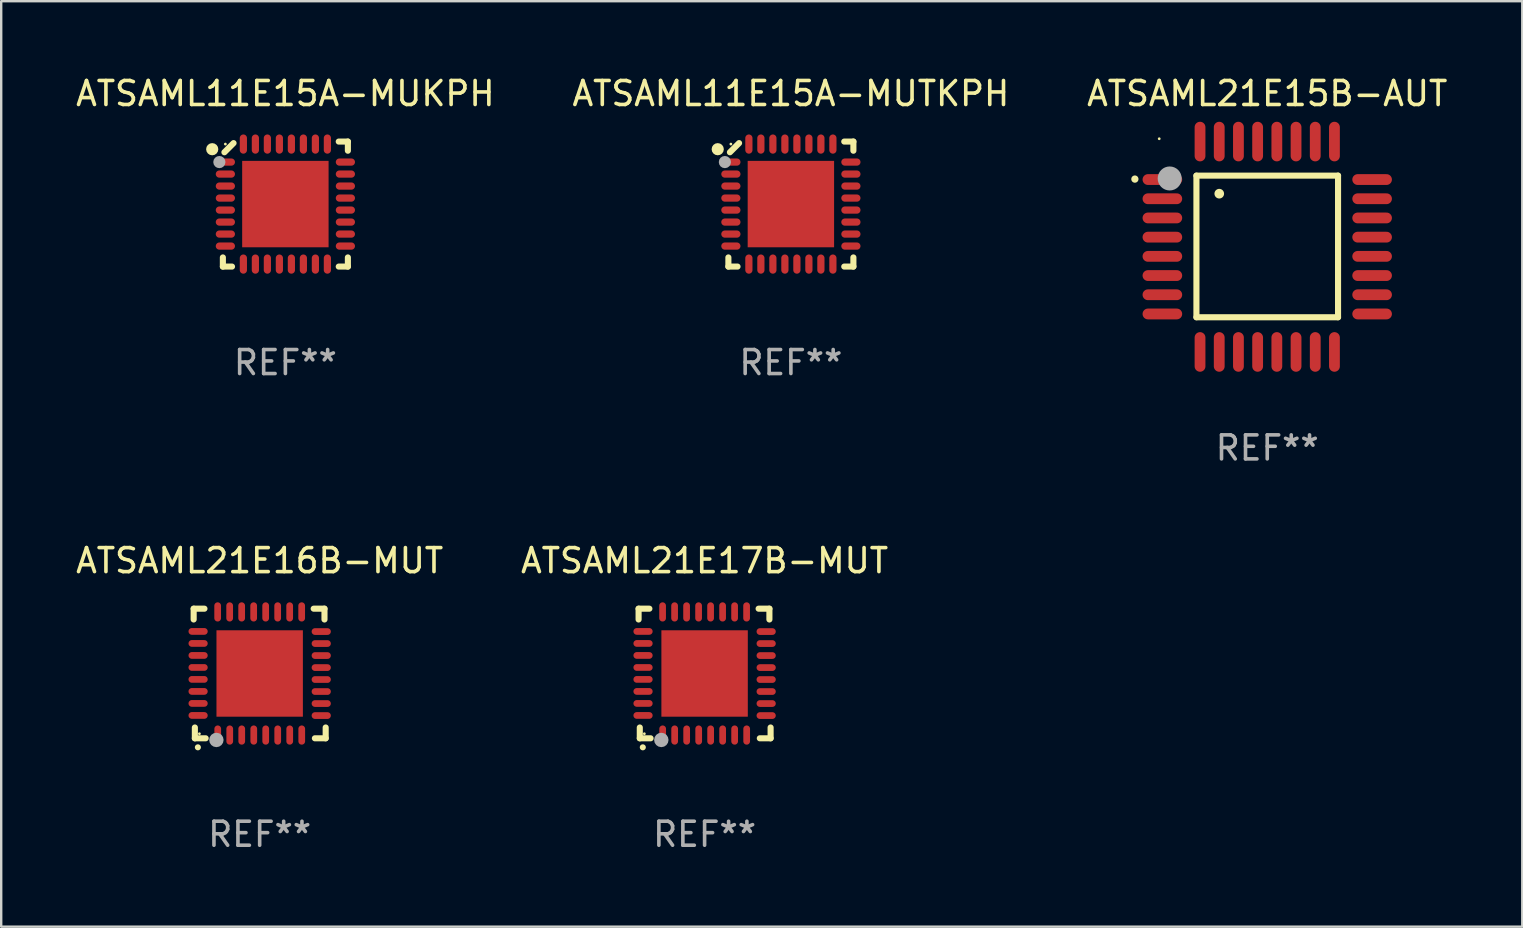
<source format=kicad_pcb>
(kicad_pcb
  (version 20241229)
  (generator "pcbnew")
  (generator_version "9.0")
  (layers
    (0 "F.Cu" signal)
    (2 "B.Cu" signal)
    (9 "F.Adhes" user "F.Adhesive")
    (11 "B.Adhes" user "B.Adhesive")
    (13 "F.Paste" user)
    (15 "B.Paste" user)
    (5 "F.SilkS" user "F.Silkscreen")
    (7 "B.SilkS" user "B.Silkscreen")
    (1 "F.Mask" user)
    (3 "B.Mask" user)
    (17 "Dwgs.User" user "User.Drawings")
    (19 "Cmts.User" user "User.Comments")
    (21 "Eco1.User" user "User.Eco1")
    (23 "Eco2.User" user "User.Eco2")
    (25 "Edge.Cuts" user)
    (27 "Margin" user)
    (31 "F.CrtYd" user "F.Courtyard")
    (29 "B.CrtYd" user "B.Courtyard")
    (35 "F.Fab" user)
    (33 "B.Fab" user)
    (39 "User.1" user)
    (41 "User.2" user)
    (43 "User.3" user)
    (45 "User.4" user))
  (footprint "ATSAML11E15A-MUKPH"
    (layer "F.Cu")
    (at 8.839 5.452)
    (property "Reference" "ATSAML11E15A-MUKPH" (at 0 -4.604 0) (layer "F.SilkS") (effects (font (size 1 1) (thickness 0.15))))
    (attr through_hole)
    (fp_line (start -2.604 2.223) (end -2.604 2.604) (stroke (width 0.254) (type solid)) (layer "F.SilkS"))
    (fp_line (start -2.604 2.604) (end -2.223 2.604) (stroke (width 0.254) (type solid)) (layer "F.SilkS"))
    (fp_line (start -2.159 -2.54) (end -2.54 -2.159) (stroke (width 0.254) (type solid)) (layer "F.SilkS"))
    (fp_line (start 2.223 2.604) (end 2.604 2.604) (stroke (width 0.254) (type solid)) (layer "F.SilkS"))
    (fp_line (start 2.604 -2.604) (end 2.223 -2.604) (stroke (width 0.254) (type solid)) (layer "F.SilkS"))
    (fp_line (start 2.604 -2.223) (end 2.604 -2.604) (stroke (width 0.254) (type solid)) (layer "F.SilkS"))
    (fp_line (start 2.604 2.604) (end 2.604 2.223) (stroke (width 0.254) (type solid)) (layer "F.SilkS"))
    (fp_circle (center -3.048 -2.286) (end -2.921 -2.286) (stroke (width 0.254) (type solid)) (fill no) (layer "F.SilkS"))
    (fp_circle (center -2.5 -2.5) (end -2.47 -2.5) (stroke (width 0.06) (type solid)) (fill no) (layer "F.SilkS"))
    (fp_circle (center -2.75 -1.75) (end -2.623 -1.75) (stroke (width 0.254) (type solid)) (fill no) (layer "F.Fab"))
    (fp_text user "REF**" (at 0 6.604 0) (layer "F.Fab") (effects (font (size 1 1) (thickness 0.15))))
    (pad "1" smd oval (at -2.5 -1.75) (size 0.8 0.3) (layers "F.Cu" "F.Mask" "F.Paste"))
    (pad "2" smd oval (at -2.5 -1.25) (size 0.8 0.3) (layers "F.Cu" "F.Mask" "F.Paste"))
    (pad "3" smd oval (at -2.5 -0.75) (size 0.8 0.3) (layers "F.Cu" "F.Mask" "F.Paste"))
    (pad "4" smd oval (at -2.5 -0.25) (size 0.8 0.3) (layers "F.Cu" "F.Mask" "F.Paste"))
    (pad "5" smd oval (at -2.5 0.25) (size 0.8 0.3) (layers "F.Cu" "F.Mask" "F.Paste"))
    (pad "6" smd oval (at -2.5 0.75) (size 0.8 0.3) (layers "F.Cu" "F.Mask" "F.Paste"))
    (pad "7" smd oval (at -2.5 1.25) (size 0.8 0.3) (layers "F.Cu" "F.Mask" "F.Paste"))
    (pad "8" smd oval (at -2.5 1.75) (size 0.8 0.3) (layers "F.Cu" "F.Mask" "F.Paste"))
    (pad "9" smd oval (at -1.75 2.5) (size 0.3 0.8) (layers "F.Cu" "F.Mask" "F.Paste"))
    (pad "10" smd oval (at -1.25 2.5) (size 0.3 0.8) (layers "F.Cu" "F.Mask" "F.Paste"))
    (pad "11" smd oval (at -0.75 2.5) (size 0.3 0.8) (layers "F.Cu" "F.Mask" "F.Paste"))
    (pad "12" smd oval (at -0.25 2.5) (size 0.3 0.8) (layers "F.Cu" "F.Mask" "F.Paste"))
    (pad "13" smd oval (at 0.25 2.5) (size 0.3 0.8) (layers "F.Cu" "F.Mask" "F.Paste"))
    (pad "14" smd oval (at 0.75 2.5) (size 0.3 0.8) (layers "F.Cu" "F.Mask" "F.Paste"))
    (pad "15" smd oval (at 1.25 2.5) (size 0.3 0.8) (layers "F.Cu" "F.Mask" "F.Paste"))
    (pad "16" smd oval (at 1.75 2.5) (size 0.3 0.8) (layers "F.Cu" "F.Mask" "F.Paste"))
    (pad "17" smd oval (at 2.5 1.75) (size 0.8 0.3) (layers "F.Cu" "F.Mask" "F.Paste"))
    (pad "18" smd oval (at 2.5 1.25) (size 0.8 0.3) (layers "F.Cu" "F.Mask" "F.Paste"))
    (pad "19" smd oval (at 2.5 0.75) (size 0.8 0.3) (layers "F.Cu" "F.Mask" "F.Paste"))
    (pad "20" smd oval (at 2.5 0.25) (size 0.8 0.3) (layers "F.Cu" "F.Mask" "F.Paste"))
    (pad "21" smd oval (at 2.5 -0.25) (size 0.8 0.3) (layers "F.Cu" "F.Mask" "F.Paste"))
    (pad "22" smd oval (at 2.5 -0.75) (size 0.8 0.3) (layers "F.Cu" "F.Mask" "F.Paste"))
    (pad "23" smd oval (at 2.5 -1.25) (size 0.8 0.3) (layers "F.Cu" "F.Mask" "F.Paste"))
    (pad "24" smd oval (at 2.5 -1.75) (size 0.8 0.3) (layers "F.Cu" "F.Mask" "F.Paste"))
    (pad "25" smd oval (at 1.75 -2.5) (size 0.3 0.8) (layers "F.Cu" "F.Mask" "F.Paste"))
    (pad "26" smd oval (at 1.25 -2.5) (size 0.3 0.8) (layers "F.Cu" "F.Mask" "F.Paste"))
    (pad "27" smd oval (at 0.75 -2.5) (size 0.3 0.8) (layers "F.Cu" "F.Mask" "F.Paste"))
    (pad "28" smd oval (at 0.25 -2.5) (size 0.3 0.8) (layers "F.Cu" "F.Mask" "F.Paste"))
    (pad "29" smd oval (at -0.25 -2.5) (size 0.3 0.8) (layers "F.Cu" "F.Mask" "F.Paste"))
    (pad "30" smd oval (at -0.75 -2.5) (size 0.3 0.8) (layers "F.Cu" "F.Mask" "F.Paste"))
    (pad "31" smd oval (at -1.25 -2.5) (size 0.3 0.8) (layers "F.Cu" "F.Mask" "F.Paste"))
    (pad "32" smd oval (at -1.75 -2.5) (size 0.3 0.8) (layers "F.Cu" "F.Mask" "F.Paste"))
    (pad "33" smd rect (at -0.000076 0) (size 3.6 3.6) (layers "F.Cu" "F.Mask" "F.Paste")))
  (footprint "ATSAML21E15B-AUT"
    (layer "F.Cu")
    (at 49.744 7.23)
    (property "Reference" "ATSAML21E15B-AUT" (at 0 -6.382 0) (layer "F.SilkS") (effects (font (size 1 1) (thickness 0.15))))
    (attr through_hole)
    (fp_line (start -2.95 -2.963) (end -2.95 2.937) (stroke (width 0.254) (type solid)) (layer "F.SilkS"))
    (fp_line (start -2.95 2.937) (end 2.95 2.937) (stroke (width 0.254) (type solid)) (layer "F.SilkS"))
    (fp_line (start 2.95 -2.963) (end -2.95 -2.963) (stroke (width 0.254) (type solid)) (layer "F.SilkS"))
    (fp_line (start 2.95 2.937) (end 2.95 -2.963) (stroke (width 0.254) (type solid)) (layer "F.SilkS"))
    (fp_arc (start -5.514199 -2.818136) (mid -5.514204 -2.819406) (end -5.514199 -2.820676) (stroke (width 0.3) (type solid)) (layer "F.SilkS"))
    (fp_arc (start -1.998984 -2.209804) (mid -1.998988 -2.211074) (end -1.998984 -2.212344) (stroke (width 0.4) (type solid)) (layer "F.SilkS"))
    (fp_circle (center -4.5 -4.5) (end -4.47 -4.5) (stroke (width 0.06) (type solid)) (fill no) (layer "F.SilkS"))
    (fp_circle (center -4.064 -2.845) (end -3.814 -2.845) (stroke (width 0.5) (type solid)) (fill no) (layer "F.Fab"))
    (fp_text user "REF**" (at 0 8.382 0) (layer "F.Fab") (effects (font (size 1 1) (thickness 0.15))))
    (pad "1" smd oval (at -4.369 -2.8 90) (size 0.45 1.65) (layers "F.Cu" "F.Mask" "F.Paste"))
    (pad "2" smd oval (at -4.369 -2 90) (size 0.45 1.65) (layers "F.Cu" "F.Mask" "F.Paste"))
    (pad "3" smd oval (at -4.369 -1.2 90) (size 0.45 1.65) (layers "F.Cu" "F.Mask" "F.Paste"))
    (pad "4" smd oval (at -4.369 -0.4 90) (size 0.45 1.65) (layers "F.Cu" "F.Mask" "F.Paste"))
    (pad "5" smd oval (at -4.369 0.4 90) (size 0.45 1.65) (layers "F.Cu" "F.Mask" "F.Paste"))
    (pad "6" smd oval (at -4.369 1.2 90) (size 0.45 1.65) (layers "F.Cu" "F.Mask" "F.Paste"))
    (pad "7" smd oval (at -4.369 2 90) (size 0.45 1.65) (layers "F.Cu" "F.Mask" "F.Paste"))
    (pad "8" smd oval (at -4.369 2.8 90) (size 0.45 1.65) (layers "F.Cu" "F.Mask" "F.Paste"))
    (pad "9" smd oval (at -2.8 4.382) (size 0.45 1.65) (layers "F.Cu" "F.Mask" "F.Paste"))
    (pad "10" smd oval (at -2 4.382) (size 0.45 1.65) (layers "F.Cu" "F.Mask" "F.Paste"))
    (pad "11" smd oval (at -1.2 4.382) (size 0.45 1.65) (layers "F.Cu" "F.Mask" "F.Paste"))
    (pad "12" smd oval (at -0.4 4.382) (size 0.45 1.65) (layers "F.Cu" "F.Mask" "F.Paste"))
    (pad "13" smd oval (at 0.4 4.382) (size 0.45 1.65) (layers "F.Cu" "F.Mask" "F.Paste"))
    (pad "14" smd oval (at 1.2 4.382) (size 0.45 1.65) (layers "F.Cu" "F.Mask" "F.Paste"))
    (pad "15" smd oval (at 2 4.382) (size 0.45 1.65) (layers "F.Cu" "F.Mask" "F.Paste"))
    (pad "16" smd oval (at 2.8 4.382) (size 0.45 1.65) (layers "F.Cu" "F.Mask" "F.Paste"))
    (pad "17" smd oval (at 4.369 2.8 90) (size 0.45 1.65) (layers "F.Cu" "F.Mask" "F.Paste"))
    (pad "18" smd oval (at 4.369 2 90) (size 0.45 1.65) (layers "F.Cu" "F.Mask" "F.Paste"))
    (pad "19" smd oval (at 4.369 1.2 90) (size 0.45 1.65) (layers "F.Cu" "F.Mask" "F.Paste"))
    (pad "20" smd oval (at 4.369 0.4 90) (size 0.45 1.65) (layers "F.Cu" "F.Mask" "F.Paste"))
    (pad "21" smd oval (at 4.369 -0.4 90) (size 0.45 1.65) (layers "F.Cu" "F.Mask" "F.Paste"))
    (pad "22" smd oval (at 4.369 -1.2 90) (size 0.45 1.65) (layers "F.Cu" "F.Mask" "F.Paste"))
    (pad "23" smd oval (at 4.369 -2 90) (size 0.45 1.65) (layers "F.Cu" "F.Mask" "F.Paste"))
    (pad "24" smd oval (at 4.369 -2.8 90) (size 0.45 1.65) (layers "F.Cu" "F.Mask" "F.Paste"))
    (pad "25" smd oval (at 2.8 -4.382) (size 0.45 1.65) (layers "F.Cu" "F.Mask" "F.Paste"))
    (pad "26" smd oval (at 2 -4.382) (size 0.45 1.65) (layers "F.Cu" "F.Mask" "F.Paste"))
    (pad "27" smd oval (at 1.2 -4.382) (size 0.45 1.65) (layers "F.Cu" "F.Mask" "F.Paste"))
    (pad "28" smd oval (at 0.4 -4.382) (size 0.45 1.65) (layers "F.Cu" "F.Mask" "F.Paste"))
    (pad "29" smd oval (at -0.4 -4.382) (size 0.45 1.65) (layers "F.Cu" "F.Mask" "F.Paste"))
    (pad "30" smd oval (at -1.2 -4.382) (size 0.45 1.65) (layers "F.Cu" "F.Mask" "F.Paste"))
    (pad "31" smd oval (at -2 -4.382) (size 0.45 1.65) (layers "F.Cu" "F.Mask" "F.Paste"))
    (pad "32" smd oval (at -2.8 -4.382) (size 0.45 1.65) (layers "F.Cu" "F.Mask" "F.Paste")))
  (footprint "ATSAML11E15A-MUTKPH"
    (layer "F.Cu")
    (at 29.899 5.452)
    (property "Reference" "ATSAML11E15A-MUTKPH" (at 0 -4.604 0) (layer "F.SilkS") (effects (font (size 1 1) (thickness 0.15))))
    (attr through_hole)
    (fp_line (start -2.604 2.223) (end -2.604 2.604) (stroke (width 0.254) (type solid)) (layer "F.SilkS"))
    (fp_line (start -2.604 2.604) (end -2.223 2.604) (stroke (width 0.254) (type solid)) (layer "F.SilkS"))
    (fp_line (start -2.159 -2.54) (end -2.54 -2.159) (stroke (width 0.254) (type solid)) (layer "F.SilkS"))
    (fp_line (start 2.223 2.604) (end 2.604 2.604) (stroke (width 0.254) (type solid)) (layer "F.SilkS"))
    (fp_line (start 2.604 -2.604) (end 2.223 -2.604) (stroke (width 0.254) (type solid)) (layer "F.SilkS"))
    (fp_line (start 2.604 -2.223) (end 2.604 -2.604) (stroke (width 0.254) (type solid)) (layer "F.SilkS"))
    (fp_line (start 2.604 2.604) (end 2.604 2.223) (stroke (width 0.254) (type solid)) (layer "F.SilkS"))
    (fp_circle (center -3.048 -2.286) (end -2.921 -2.286) (stroke (width 0.254) (type solid)) (fill no) (layer "F.SilkS"))
    (fp_circle (center -2.5 -2.5) (end -2.47 -2.5) (stroke (width 0.06) (type solid)) (fill no) (layer "F.SilkS"))
    (fp_circle (center -2.75 -1.75) (end -2.623 -1.75) (stroke (width 0.254) (type solid)) (fill no) (layer "F.Fab"))
    (fp_text user "REF**" (at 0 6.604 0) (layer "F.Fab") (effects (font (size 1 1) (thickness 0.15))))
    (pad "1" smd oval (at -2.5 -1.75) (size 0.8 0.3) (layers "F.Cu" "F.Mask" "F.Paste"))
    (pad "2" smd oval (at -2.5 -1.25) (size 0.8 0.3) (layers "F.Cu" "F.Mask" "F.Paste"))
    (pad "3" smd oval (at -2.5 -0.75) (size 0.8 0.3) (layers "F.Cu" "F.Mask" "F.Paste"))
    (pad "4" smd oval (at -2.5 -0.25) (size 0.8 0.3) (layers "F.Cu" "F.Mask" "F.Paste"))
    (pad "5" smd oval (at -2.5 0.25) (size 0.8 0.3) (layers "F.Cu" "F.Mask" "F.Paste"))
    (pad "6" smd oval (at -2.5 0.75) (size 0.8 0.3) (layers "F.Cu" "F.Mask" "F.Paste"))
    (pad "7" smd oval (at -2.5 1.25) (size 0.8 0.3) (layers "F.Cu" "F.Mask" "F.Paste"))
    (pad "8" smd oval (at -2.5 1.75) (size 0.8 0.3) (layers "F.Cu" "F.Mask" "F.Paste"))
    (pad "9" smd oval (at -1.75 2.5) (size 0.3 0.8) (layers "F.Cu" "F.Mask" "F.Paste"))
    (pad "10" smd oval (at -1.25 2.5) (size 0.3 0.8) (layers "F.Cu" "F.Mask" "F.Paste"))
    (pad "11" smd oval (at -0.75 2.5) (size 0.3 0.8) (layers "F.Cu" "F.Mask" "F.Paste"))
    (pad "12" smd oval (at -0.25 2.5) (size 0.3 0.8) (layers "F.Cu" "F.Mask" "F.Paste"))
    (pad "13" smd oval (at 0.25 2.5) (size 0.3 0.8) (layers "F.Cu" "F.Mask" "F.Paste"))
    (pad "14" smd oval (at 0.75 2.5) (size 0.3 0.8) (layers "F.Cu" "F.Mask" "F.Paste"))
    (pad "15" smd oval (at 1.25 2.5) (size 0.3 0.8) (layers "F.Cu" "F.Mask" "F.Paste"))
    (pad "16" smd oval (at 1.75 2.5) (size 0.3 0.8) (layers "F.Cu" "F.Mask" "F.Paste"))
    (pad "17" smd oval (at 2.5 1.75) (size 0.8 0.3) (layers "F.Cu" "F.Mask" "F.Paste"))
    (pad "18" smd oval (at 2.5 1.25) (size 0.8 0.3) (layers "F.Cu" "F.Mask" "F.Paste"))
    (pad "19" smd oval (at 2.5 0.75) (size 0.8 0.3) (layers "F.Cu" "F.Mask" "F.Paste"))
    (pad "20" smd oval (at 2.5 0.25) (size 0.8 0.3) (layers "F.Cu" "F.Mask" "F.Paste"))
    (pad "21" smd oval (at 2.5 -0.25) (size 0.8 0.3) (layers "F.Cu" "F.Mask" "F.Paste"))
    (pad "22" smd oval (at 2.5 -0.75) (size 0.8 0.3) (layers "F.Cu" "F.Mask" "F.Paste"))
    (pad "23" smd oval (at 2.5 -1.25) (size 0.8 0.3) (layers "F.Cu" "F.Mask" "F.Paste"))
    (pad "24" smd oval (at 2.5 -1.75) (size 0.8 0.3) (layers "F.Cu" "F.Mask" "F.Paste"))
    (pad "25" smd oval (at 1.75 -2.5) (size 0.3 0.8) (layers "F.Cu" "F.Mask" "F.Paste"))
    (pad "26" smd oval (at 1.25 -2.5) (size 0.3 0.8) (layers "F.Cu" "F.Mask" "F.Paste"))
    (pad "27" smd oval (at 0.75 -2.5) (size 0.3 0.8) (layers "F.Cu" "F.Mask" "F.Paste"))
    (pad "28" smd oval (at 0.25 -2.5) (size 0.3 0.8) (layers "F.Cu" "F.Mask" "F.Paste"))
    (pad "29" smd oval (at -0.25 -2.5) (size 0.3 0.8) (layers "F.Cu" "F.Mask" "F.Paste"))
    (pad "30" smd oval (at -0.75 -2.5) (size 0.3 0.8) (layers "F.Cu" "F.Mask" "F.Paste"))
    (pad "31" smd oval (at -1.25 -2.5) (size 0.3 0.8) (layers "F.Cu" "F.Mask" "F.Paste"))
    (pad "32" smd oval (at -1.75 -2.5) (size 0.3 0.8) (layers "F.Cu" "F.Mask" "F.Paste"))
    (pad "33" smd rect (at -0.000076 0) (size 3.6 3.6) (layers "F.Cu" "F.Mask" "F.Paste")))
  (footprint "ATSAML21E16B-MUT"
    (layer "F.Cu")
    (at 7.768 25.008)
    (property "Reference" "ATSAML21E16B-MUT" (at 0 -4.7 0) (layer "F.SilkS") (effects (font (size 1 1) (thickness 0.15))))
    (attr through_hole)
    (fp_line (start -2.75 -2.7) (end -2.75 -2.25) (stroke (width 0.254) (type solid)) (layer "F.SilkS"))
    (fp_line (start -2.7 2.7) (end -2.7 2.25) (stroke (width 0.254) (type solid)) (layer "F.SilkS"))
    (fp_line (start -2.3 -2.7) (end -2.75 -2.7) (stroke (width 0.254) (type solid)) (layer "F.SilkS"))
    (fp_line (start -2.25 2.7) (end -2.7 2.7) (stroke (width 0.254) (type solid)) (layer "F.SilkS"))
    (fp_line (start 2.3 2.7) (end 2.75 2.7) (stroke (width 0.254) (type solid)) (layer "F.SilkS"))
    (fp_line (start 2.7 -2.7) (end 2.25 -2.7) (stroke (width 0.254) (type solid)) (layer "F.SilkS"))
    (fp_line (start 2.7 -2.25) (end 2.7 -2.7) (stroke (width 0.254) (type solid)) (layer "F.SilkS"))
    (fp_line (start 2.75 2.7) (end 2.75 2.25) (stroke (width 0.254) (type solid)) (layer "F.SilkS"))
    (fp_arc (start -2.575565 3.075946) (mid -2.574295 3.07594) (end -2.573025 3.075946) (stroke (width 0.25) (type solid)) (layer "F.SilkS"))
    (fp_circle (center -2.51 2.51) (end -2.48 2.51) (stroke (width 0.06) (type solid)) (fill no) (layer "F.SilkS"))
    (fp_circle (center -1.803 2.769) (end -1.653 2.769) (stroke (width 0.3) (type solid)) (fill no) (layer "F.Fab"))
    (fp_text user "REF**" (at 0 6.7 0) (layer "F.Fab") (effects (font (size 1 1) (thickness 0.15))))
    (pad "1" smd oval (at -1.747 2.565) (size 0.28 0.8) (layers "F.Cu" "F.Mask" "F.Paste"))
    (pad "2" smd oval (at -1.247 2.565) (size 0.28 0.8) (layers "F.Cu" "F.Mask" "F.Paste"))
    (pad "3" smd oval (at -0.747 2.565) (size 0.28 0.8) (layers "F.Cu" "F.Mask" "F.Paste"))
    (pad "4" smd oval (at -0.246 2.565) (size 0.28 0.8) (layers "F.Cu" "F.Mask" "F.Paste"))
    (pad "5" smd oval (at 0.252 2.565) (size 0.28 0.8) (layers "F.Cu" "F.Mask" "F.Paste"))
    (pad "6" smd oval (at 0.752 2.565) (size 0.28 0.8) (layers "F.Cu" "F.Mask" "F.Paste"))
    (pad "7" smd oval (at 1.252 2.565) (size 0.28 0.8) (layers "F.Cu" "F.Mask" "F.Paste"))
    (pad "8" smd oval (at 1.753 2.565) (size 0.28 0.8) (layers "F.Cu" "F.Mask" "F.Paste"))
    (pad "9" smd oval (at 2.565 1.753) (size 0.8 0.28) (layers "F.Cu" "F.Mask" "F.Paste"))
    (pad "10" smd oval (at 2.565 1.252) (size 0.8 0.28) (layers "F.Cu" "F.Mask" "F.Paste"))
    (pad "11" smd oval (at 2.565 0.752) (size 0.8 0.28) (layers "F.Cu" "F.Mask" "F.Paste"))
    (pad "12" smd oval (at 2.565 0.252) (size 0.8 0.28) (layers "F.Cu" "F.Mask" "F.Paste"))
    (pad "13" smd oval (at 2.565 -0.246) (size 0.8 0.28) (layers "F.Cu" "F.Mask" "F.Paste"))
    (pad "14" smd oval (at 2.565 -0.747) (size 0.8 0.28) (layers "F.Cu" "F.Mask" "F.Paste"))
    (pad "15" smd oval (at 2.565 -1.247) (size 0.8 0.28) (layers "F.Cu" "F.Mask" "F.Paste"))
    (pad "16" smd oval (at 2.565 -1.747) (size 0.8 0.28) (layers "F.Cu" "F.Mask" "F.Paste"))
    (pad "17" smd oval (at 1.75 -2.565) (size 0.28 0.8) (layers "F.Cu" "F.Mask" "F.Paste"))
    (pad "18" smd oval (at 1.25 -2.565) (size 0.28 0.8) (layers "F.Cu" "F.Mask" "F.Paste"))
    (pad "19" smd oval (at 0.75 -2.565) (size 0.28 0.8) (layers "F.Cu" "F.Mask" "F.Paste"))
    (pad "20" smd oval (at 0.25 -2.565) (size 0.28 0.8) (layers "F.Cu" "F.Mask" "F.Paste"))
    (pad "21" smd oval (at -0.25 -2.565) (size 0.28 0.8) (layers "F.Cu" "F.Mask" "F.Paste"))
    (pad "22" smd oval (at -0.75 -2.565) (size 0.28 0.8) (layers "F.Cu" "F.Mask" "F.Paste"))
    (pad "23" smd oval (at -1.25 -2.565) (size 0.28 0.8) (layers "F.Cu" "F.Mask" "F.Paste"))
    (pad "24" smd oval (at -1.75 -2.565) (size 0.28 0.8) (layers "F.Cu" "F.Mask" "F.Paste"))
    (pad "25" smd oval (at -2.565 -1.753) (size 0.8 0.28) (layers "F.Cu" "F.Mask" "F.Paste"))
    (pad "26" smd oval (at -2.565 -1.252) (size 0.8 0.28) (layers "F.Cu" "F.Mask" "F.Paste"))
    (pad "27" smd oval (at -2.565 -0.752) (size 0.8 0.28) (layers "F.Cu" "F.Mask" "F.Paste"))
    (pad "28" smd oval (at -2.565 -0.251) (size 0.8 0.28) (layers "F.Cu" "F.Mask" "F.Paste"))
    (pad "29" smd oval (at -2.565 0.246) (size 0.8 0.28) (layers "F.Cu" "F.Mask" "F.Paste"))
    (pad "30" smd oval (at -2.565 0.747) (size 0.8 0.28) (layers "F.Cu" "F.Mask" "F.Paste"))
    (pad "31" smd oval (at -2.565 1.247) (size 0.8 0.28) (layers "F.Cu" "F.Mask" "F.Paste"))
    (pad "32" smd oval (at -2.565 1.748) (size 0.8 0.28) (layers "F.Cu" "F.Mask" "F.Paste"))
    (pad "33" smd rect (at 0.000076 0.000076) (size 3.6 3.6) (layers "F.Cu" "F.Mask" "F.Paste")))
  (footprint "ATSAML21E17B-MUT"
    (layer "F.Cu")
    (at 26.304 25.008)
    (property "Reference" "ATSAML21E17B-MUT" (at 0 -4.7 0) (layer "F.SilkS") (effects (font (size 1 1) (thickness 0.15))))
    (attr through_hole)
    (fp_line (start -2.75 -2.7) (end -2.75 -2.25) (stroke (width 0.254) (type solid)) (layer "F.SilkS"))
    (fp_line (start -2.7 2.7) (end -2.7 2.25) (stroke (width 0.254) (type solid)) (layer "F.SilkS"))
    (fp_line (start -2.3 -2.7) (end -2.75 -2.7) (stroke (width 0.254) (type solid)) (layer "F.SilkS"))
    (fp_line (start -2.25 2.7) (end -2.7 2.7) (stroke (width 0.254) (type solid)) (layer "F.SilkS"))
    (fp_line (start 2.3 2.7) (end 2.75 2.7) (stroke (width 0.254) (type solid)) (layer "F.SilkS"))
    (fp_line (start 2.7 -2.7) (end 2.25 -2.7) (stroke (width 0.254) (type solid)) (layer "F.SilkS"))
    (fp_line (start 2.7 -2.25) (end 2.7 -2.7) (stroke (width 0.254) (type solid)) (layer "F.SilkS"))
    (fp_line (start 2.75 2.7) (end 2.75 2.25) (stroke (width 0.254) (type solid)) (layer "F.SilkS"))
    (fp_arc (start -2.575565 3.075946) (mid -2.574295 3.07594) (end -2.573025 3.075946) (stroke (width 0.25) (type solid)) (layer "F.SilkS"))
    (fp_circle (center -2.51 2.51) (end -2.48 2.51) (stroke (width 0.06) (type solid)) (fill no) (layer "F.SilkS"))
    (fp_circle (center -1.803 2.769) (end -1.653 2.769) (stroke (width 0.3) (type solid)) (fill no) (layer "F.Fab"))
    (fp_text user "REF**" (at 0 6.7 0) (layer "F.Fab") (effects (font (size 1 1) (thickness 0.15))))
    (pad "1" smd oval (at -1.747 2.565) (size 0.28 0.8) (layers "F.Cu" "F.Mask" "F.Paste"))
    (pad "2" smd oval (at -1.247 2.565) (size 0.28 0.8) (layers "F.Cu" "F.Mask" "F.Paste"))
    (pad "3" smd oval (at -0.747 2.565) (size 0.28 0.8) (layers "F.Cu" "F.Mask" "F.Paste"))
    (pad "4" smd oval (at -0.246 2.565) (size 0.28 0.8) (layers "F.Cu" "F.Mask" "F.Paste"))
    (pad "5" smd oval (at 0.252 2.565) (size 0.28 0.8) (layers "F.Cu" "F.Mask" "F.Paste"))
    (pad "6" smd oval (at 0.752 2.565) (size 0.28 0.8) (layers "F.Cu" "F.Mask" "F.Paste"))
    (pad "7" smd oval (at 1.252 2.565) (size 0.28 0.8) (layers "F.Cu" "F.Mask" "F.Paste"))
    (pad "8" smd oval (at 1.753 2.565) (size 0.28 0.8) (layers "F.Cu" "F.Mask" "F.Paste"))
    (pad "9" smd oval (at 2.565 1.753) (size 0.8 0.28) (layers "F.Cu" "F.Mask" "F.Paste"))
    (pad "10" smd oval (at 2.565 1.252) (size 0.8 0.28) (layers "F.Cu" "F.Mask" "F.Paste"))
    (pad "11" smd oval (at 2.565 0.752) (size 0.8 0.28) (layers "F.Cu" "F.Mask" "F.Paste"))
    (pad "12" smd oval (at 2.565 0.252) (size 0.8 0.28) (layers "F.Cu" "F.Mask" "F.Paste"))
    (pad "13" smd oval (at 2.565 -0.246) (size 0.8 0.28) (layers "F.Cu" "F.Mask" "F.Paste"))
    (pad "14" smd oval (at 2.565 -0.747) (size 0.8 0.28) (layers "F.Cu" "F.Mask" "F.Paste"))
    (pad "15" smd oval (at 2.565 -1.247) (size 0.8 0.28) (layers "F.Cu" "F.Mask" "F.Paste"))
    (pad "16" smd oval (at 2.565 -1.747) (size 0.8 0.28) (layers "F.Cu" "F.Mask" "F.Paste"))
    (pad "17" smd oval (at 1.75 -2.565) (size 0.28 0.8) (layers "F.Cu" "F.Mask" "F.Paste"))
    (pad "18" smd oval (at 1.25 -2.565) (size 0.28 0.8) (layers "F.Cu" "F.Mask" "F.Paste"))
    (pad "19" smd oval (at 0.75 -2.565) (size 0.28 0.8) (layers "F.Cu" "F.Mask" "F.Paste"))
    (pad "20" smd oval (at 0.25 -2.565) (size 0.28 0.8) (layers "F.Cu" "F.Mask" "F.Paste"))
    (pad "21" smd oval (at -0.25 -2.565) (size 0.28 0.8) (layers "F.Cu" "F.Mask" "F.Paste"))
    (pad "22" smd oval (at -0.75 -2.565) (size 0.28 0.8) (layers "F.Cu" "F.Mask" "F.Paste"))
    (pad "23" smd oval (at -1.25 -2.565) (size 0.28 0.8) (layers "F.Cu" "F.Mask" "F.Paste"))
    (pad "24" smd oval (at -1.75 -2.565) (size 0.28 0.8) (layers "F.Cu" "F.Mask" "F.Paste"))
    (pad "25" smd oval (at -2.565 -1.753) (size 0.8 0.28) (layers "F.Cu" "F.Mask" "F.Paste"))
    (pad "26" smd oval (at -2.565 -1.252) (size 0.8 0.28) (layers "F.Cu" "F.Mask" "F.Paste"))
    (pad "27" smd oval (at -2.565 -0.752) (size 0.8 0.28) (layers "F.Cu" "F.Mask" "F.Paste"))
    (pad "28" smd oval (at -2.565 -0.251) (size 0.8 0.28) (layers "F.Cu" "F.Mask" "F.Paste"))
    (pad "29" smd oval (at -2.565 0.246) (size 0.8 0.28) (layers "F.Cu" "F.Mask" "F.Paste"))
    (pad "30" smd oval (at -2.565 0.747) (size 0.8 0.28) (layers "F.Cu" "F.Mask" "F.Paste"))
    (pad "31" smd oval (at -2.565 1.247) (size 0.8 0.28) (layers "F.Cu" "F.Mask" "F.Paste"))
    (pad "32" smd oval (at -2.565 1.748) (size 0.8 0.28) (layers "F.Cu" "F.Mask" "F.Paste"))
    (pad "33" smd rect (at 0.000076 0.000076) (size 3.6 3.6) (layers "F.Cu" "F.Mask" "F.Paste")))
  (gr_rect
    (start -3 -3)
    (end 60.369 35.556)
    (stroke (width 0.1) (type default))
    (fill no)
    (layer "Edge.Cuts")))
</source>
